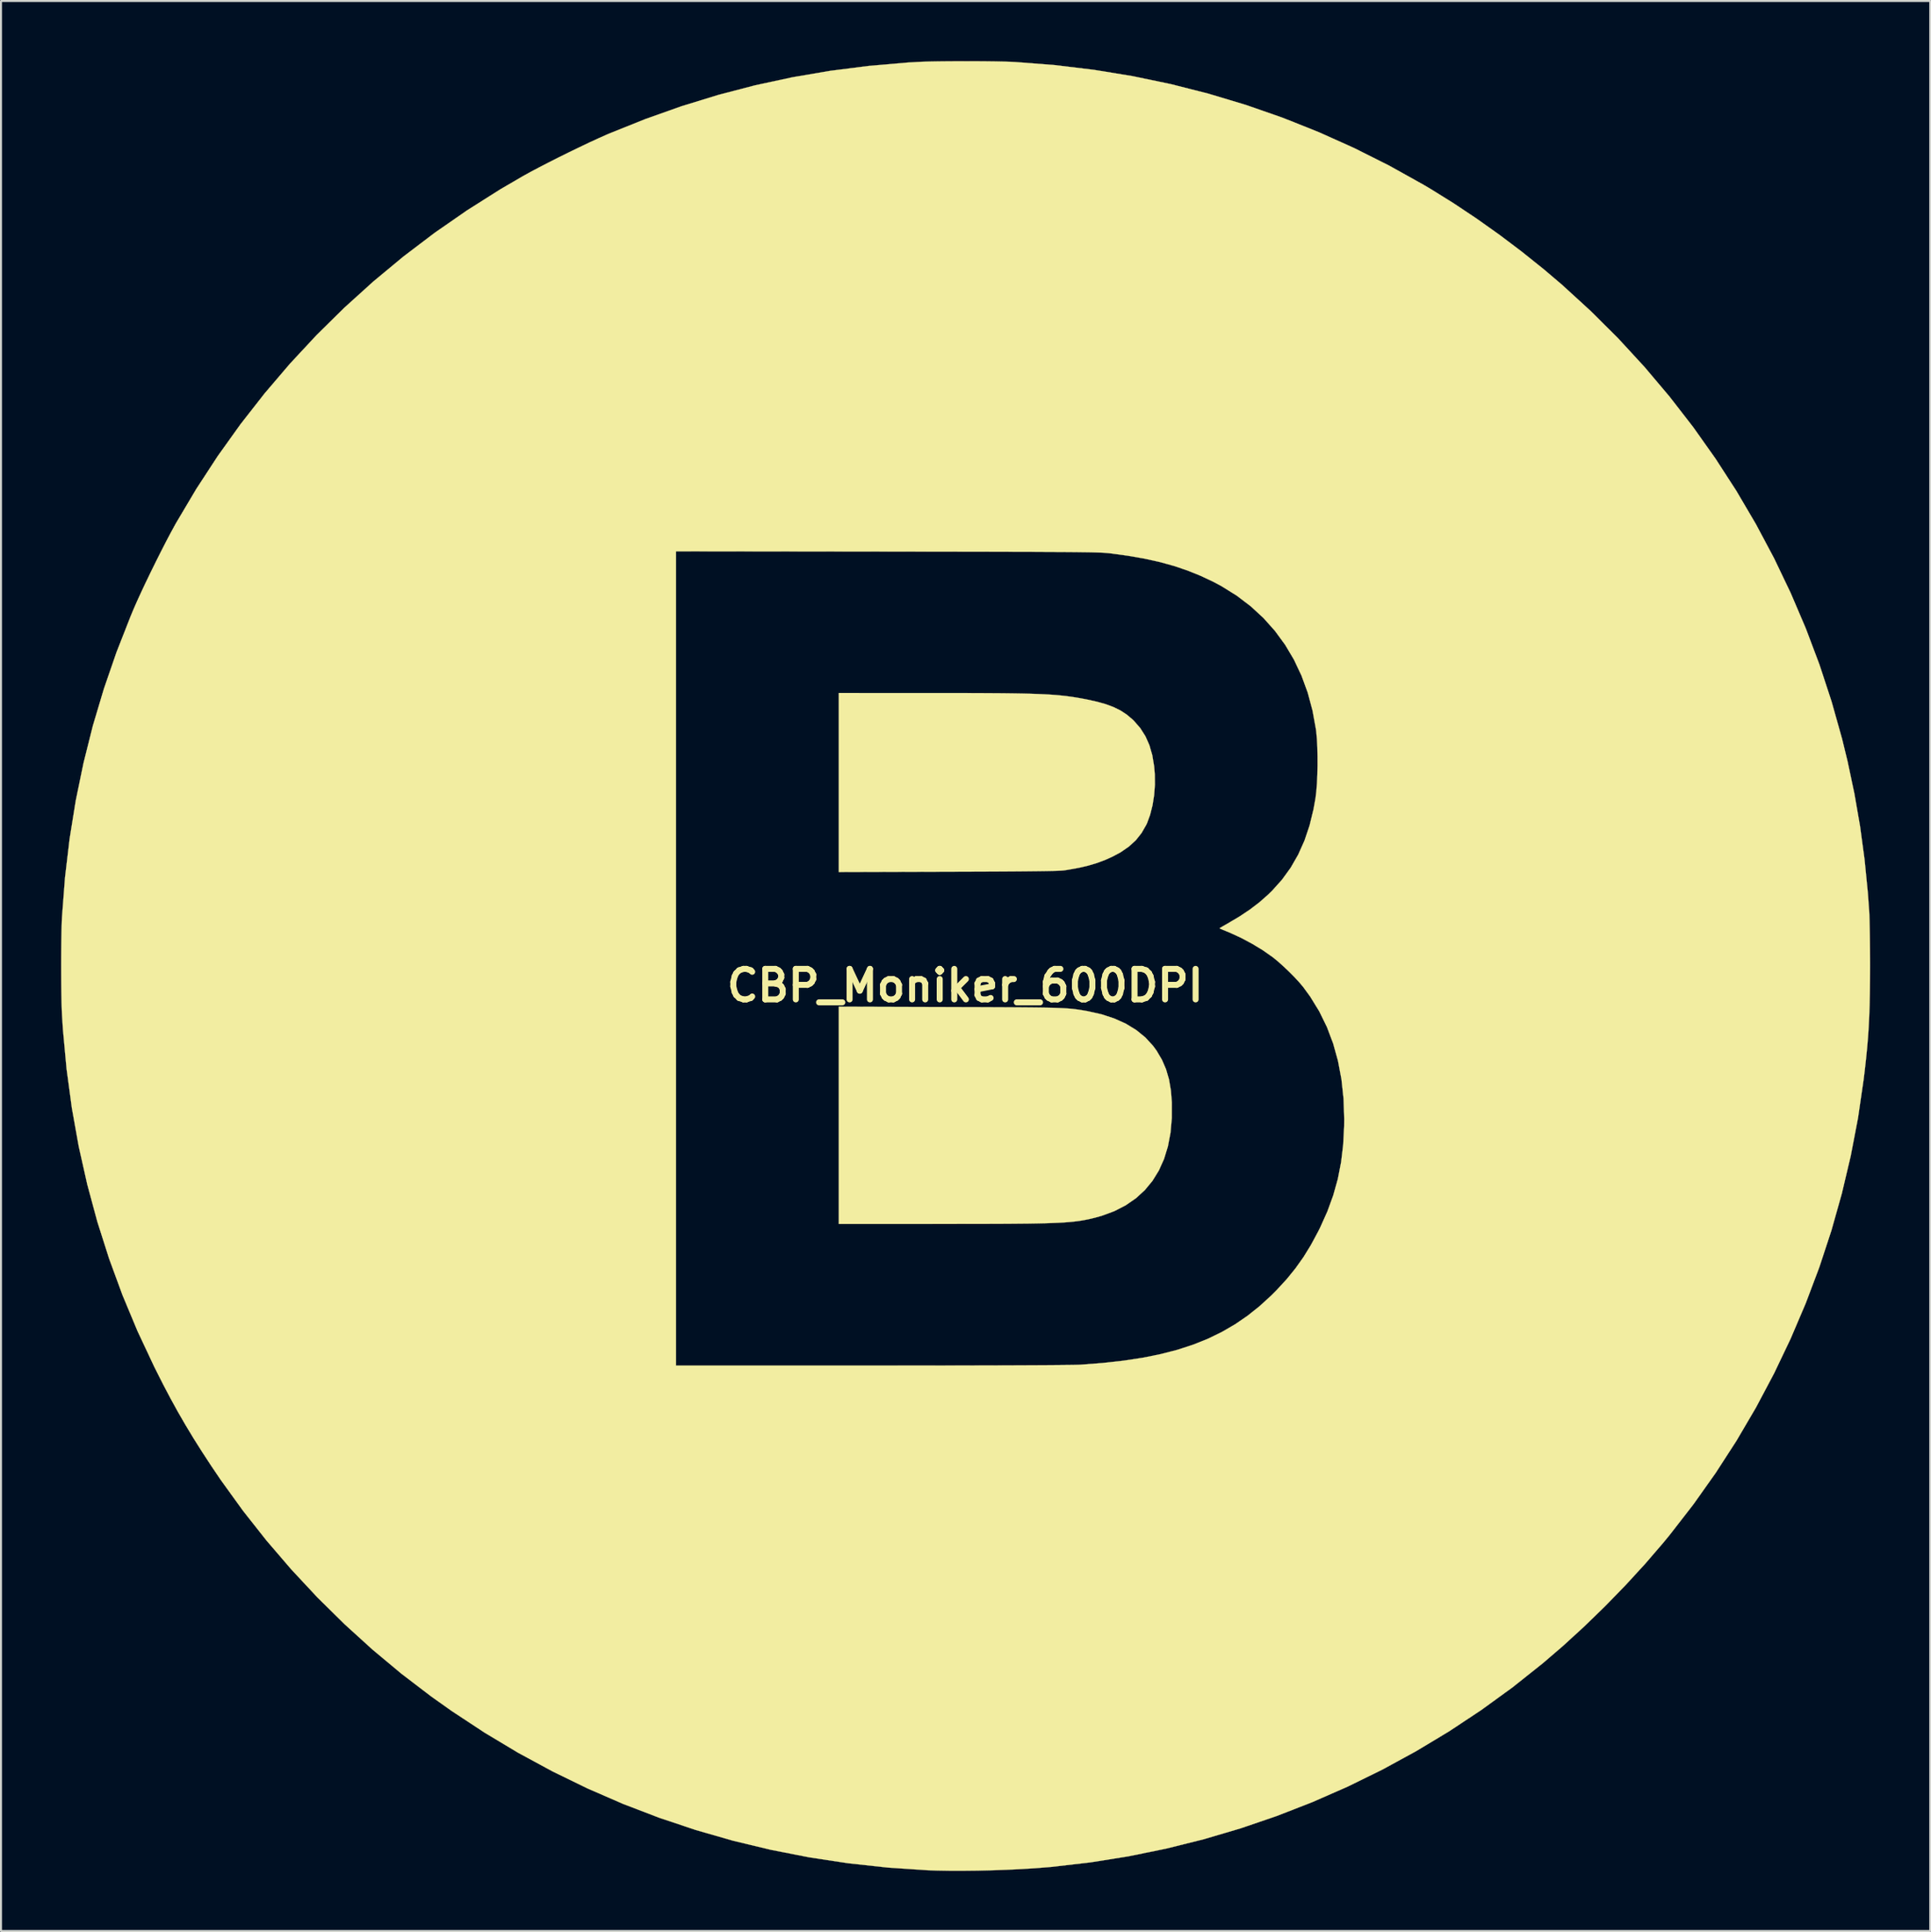
<source format=kicad_pcb>
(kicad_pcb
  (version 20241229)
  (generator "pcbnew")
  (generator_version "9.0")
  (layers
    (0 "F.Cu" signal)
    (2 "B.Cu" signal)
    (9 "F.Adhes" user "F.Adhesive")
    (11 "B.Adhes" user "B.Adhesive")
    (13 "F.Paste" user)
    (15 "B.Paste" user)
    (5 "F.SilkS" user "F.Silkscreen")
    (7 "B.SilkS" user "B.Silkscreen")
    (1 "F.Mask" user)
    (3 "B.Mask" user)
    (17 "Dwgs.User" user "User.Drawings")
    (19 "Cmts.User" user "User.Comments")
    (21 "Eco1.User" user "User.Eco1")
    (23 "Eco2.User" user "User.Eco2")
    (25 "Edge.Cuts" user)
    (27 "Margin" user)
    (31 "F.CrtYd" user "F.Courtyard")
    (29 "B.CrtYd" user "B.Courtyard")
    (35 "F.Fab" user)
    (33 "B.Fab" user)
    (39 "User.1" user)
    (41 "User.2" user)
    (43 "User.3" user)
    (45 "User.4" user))
  (footprint "CBP_Moniker_600DPI"
    (layer "F.Cu")
    (at 45.13 46.146)
    (property "Reference" "CBP_Moniker_600DPI" (at 0 0 0) (layer "F.SilkS") (effects (font (size 1.524 1.524) (thickness 0.3))))
    (attr through_hole)
    (fp_poly (pts (xy -1.662 -14.604) (xy -0.805 -14.604) (xy -0.027 -14.603) (xy 0.676 -14.601) (xy 1.311 -14.597) (xy 1.882 -14.593) (xy 2.395 -14.586) (xy 2.856 -14.578) (xy 3.269 -14.568) (xy 3.64 -14.555) (xy 3.974 -14.54) (xy 4.277 -14.523) (xy 4.553 -14.502) (xy 4.809 -14.478) (xy 5.049 -14.451) (xy 5.279 -14.42) (xy 5.504 -14.386) (xy 5.729 -14.347) (xy 5.96 -14.304) (xy 6.054 -14.286) (xy 6.577 -14.171) (xy 7.027 -14.044) (xy 7.416 -13.899) (xy 7.756 -13.73) (xy 8.059 -13.532) (xy 8.336 -13.3) (xy 8.428 -13.212) (xy 8.742 -12.85) (xy 8.997 -12.449) (xy 9.195 -12.004) (xy 9.339 -11.506) (xy 9.432 -10.949) (xy 9.466 -10.541) (xy 9.471 -10.026) (xy 9.432 -9.506) (xy 9.352 -9.001) (xy 9.234 -8.532) (xy 9.082 -8.117) (xy 9.039 -8.024) (xy 8.804 -7.616) (xy 8.519 -7.257) (xy 8.173 -6.94) (xy 7.76 -6.656) (xy 7.387 -6.454) (xy 6.987 -6.273) (xy 6.58 -6.12) (xy 6.147 -5.991) (xy 5.672 -5.88) (xy 5.136 -5.783) (xy 4.932 -5.751) (xy 4.849 -5.743) (xy 4.713 -5.735) (xy 4.521 -5.728) (xy 4.27 -5.722) (xy 3.959 -5.716) (xy 3.583 -5.711) (xy 3.141 -5.706) (xy 2.629 -5.701) (xy 2.046 -5.697) (xy 1.388 -5.693) (xy 0.653 -5.69) (xy -0.161 -5.687) (xy -0.857 -5.685) (xy -6.308 -5.669) (xy -6.308 -14.605) (xy -1.662 -14.604)) (stroke (width 0.01) (type solid)) (fill yes) (layer "F.SilkS"))
    (fp_poly (pts (xy -0.751 1.071) (xy 0.067 1.074) (xy 0.805 1.076) (xy 1.469 1.079) (xy 2.063 1.082) (xy 2.592 1.085) (xy 3.061 1.089) (xy 3.474 1.093) (xy 3.838 1.098) (xy 4.156 1.104) (xy 4.434 1.111) (xy 4.677 1.119) (xy 4.889 1.128) (xy 5.075 1.139) (xy 5.241 1.152) (xy 5.391 1.166) (xy 5.53 1.183) (xy 5.664 1.201) (xy 5.796 1.222) (xy 5.933 1.245) (xy 6.076 1.27) (xy 6.791 1.428) (xy 7.44 1.639) (xy 8.025 1.903) (xy 8.543 2.22) (xy 8.996 2.589) (xy 9.382 3.011) (xy 9.559 3.254) (xy 9.822 3.701) (xy 10.026 4.172) (xy 10.174 4.678) (xy 10.269 5.231) (xy 10.316 5.821) (xy 10.315 6.608) (xy 10.25 7.344) (xy 10.12 8.026) (xy 9.927 8.654) (xy 9.669 9.228) (xy 9.349 9.747) (xy 8.966 10.21) (xy 8.521 10.616) (xy 8.015 10.965) (xy 7.447 11.257) (xy 6.819 11.489) (xy 6.498 11.579) (xy 6.325 11.622) (xy 6.156 11.661) (xy 5.986 11.695) (xy 5.81 11.727) (xy 5.624 11.755) (xy 5.423 11.779) (xy 5.201 11.801) (xy 4.955 11.82) (xy 4.678 11.836) (xy 4.368 11.849) (xy 4.018 11.861) (xy 3.623 11.87) (xy 3.18 11.878) (xy 2.683 11.883) (xy 2.128 11.888) (xy 1.509 11.891) (xy 0.823 11.893) (xy 0.063 11.894) (xy -0.774 11.895) (xy -1.175 11.895) (xy -6.308 11.896) (xy -6.308 1.053) (xy -0.751 1.071)) (stroke (width 0.01) (type solid)) (fill yes) (layer "F.SilkS"))
    (fp_poly (pts (xy 0.58 -46.14) (xy 1.06 -46.136) (xy 1.511 -46.13) (xy 1.918 -46.121) (xy 2.266 -46.11) (xy 2.501 -46.099) (xy 4.473 -45.946) (xy 6.425 -45.711) (xy 8.356 -45.395) (xy 10.264 -44.998) (xy 12.147 -44.519) (xy 14.005 -43.961) (xy 15.837 -43.323) (xy 17.64 -42.605) (xy 19.415 -41.808) (xy 21.159 -40.933) (xy 22.871 -39.979) (xy 23.241 -39.76) (xy 24.372 -39.057) (xy 25.52 -38.292) (xy 26.667 -37.478) (xy 27.792 -36.629) (xy 28.877 -35.76) (xy 29.787 -34.987) (xy 31.224 -33.673) (xy 32.6 -32.303) (xy 33.912 -30.878) (xy 35.16 -29.401) (xy 36.342 -27.876) (xy 37.456 -26.303) (xy 38.502 -24.686) (xy 39.477 -23.026) (xy 40.381 -21.327) (xy 41.211 -19.591) (xy 41.967 -17.82) (xy 42.647 -16.016) (xy 43.249 -14.182) (xy 43.773 -12.32) (xy 44.047 -11.197) (xy 44.39 -9.574) (xy 44.672 -7.951) (xy 44.894 -6.31) (xy 45.06 -4.632) (xy 45.127 -3.705) (xy 45.136 -3.521) (xy 45.144 -3.264) (xy 45.151 -2.947) (xy 45.158 -2.582) (xy 45.163 -2.181) (xy 45.167 -1.757) (xy 45.169 -1.321) (xy 45.17 -0.995) (xy 45.167 -0.271) (xy 45.16 0.384) (xy 45.148 0.983) (xy 45.128 1.541) (xy 45.102 2.073) (xy 45.067 2.593) (xy 45.023 3.117) (xy 44.969 3.658) (xy 44.905 4.232) (xy 44.848 4.699) (xy 44.569 6.607) (xy 44.206 8.499) (xy 43.763 10.372) (xy 43.241 12.225) (xy 42.64 14.052) (xy 41.961 15.852) (xy 41.207 17.621) (xy 40.379 19.356) (xy 39.478 21.055) (xy 38.505 22.714) (xy 37.461 24.329) (xy 36.348 25.899) (xy 35.168 27.42) (xy 34.845 27.813) (xy 33.936 28.869) (xy 32.962 29.93) (xy 31.942 30.979) (xy 30.893 31.997) (xy 29.832 32.968) (xy 28.829 33.829) (xy 27.321 35.028) (xy 25.764 36.158) (xy 24.161 37.22) (xy 22.514 38.211) (xy 20.828 39.131) (xy 19.103 39.978) (xy 17.344 40.75) (xy 15.554 41.448) (xy 13.736 42.069) (xy 11.891 42.613) (xy 10.025 43.078) (xy 8.138 43.463) (xy 6.235 43.766) (xy 4.318 43.987) (xy 4.128 44.004) (xy 3.495 44.054) (xy 2.809 44.096) (xy 2.09 44.131) (xy 1.353 44.157) (xy 0.616 44.175) (xy -0.103 44.183) (xy -0.787 44.182) (xy -1.418 44.171) (xy -1.872 44.155) (xy -3.863 44.022) (xy -5.83 43.808) (xy -7.773 43.513) (xy -9.69 43.138) (xy -11.58 42.684) (xy -13.443 42.149) (xy -15.277 41.535) (xy -17.082 40.843) (xy -18.857 40.071) (xy -20.601 39.221) (xy -22.312 38.294) (xy -23.99 37.288) (xy -25.633 36.206) (xy -26.659 35.478) (xy -28.143 34.345) (xy -29.588 33.139) (xy -30.988 31.867) (xy -32.34 30.533) (xy -33.637 29.142) (xy -34.875 27.7) (xy -36.049 26.212) (xy -37.153 24.683) (xy -37.61 24.008) (xy -38.083 23.285) (xy -38.514 22.603) (xy -38.913 21.942) (xy -39.294 21.283) (xy -39.667 20.606) (xy -40.043 19.891) (xy -40.433 19.119) (xy -40.489 19.008) (xy -40.508 18.965) (xy -14.436 18.965) (xy -4.688 18.965) (xy -3.562 18.965) (xy -2.49 18.964) (xy -1.472 18.963) (xy -0.511 18.962) (xy 0.39 18.96) (xy 1.23 18.958) (xy 2.006 18.956) (xy 2.717 18.953) (xy 3.359 18.95) (xy 3.931 18.947) (xy 4.432 18.943) (xy 4.857 18.939) (xy 5.206 18.935) (xy 5.477 18.931) (xy 5.666 18.926) (xy 5.757 18.922) (xy 6.863 18.838) (xy 7.895 18.723) (xy 8.857 18.576) (xy 9.756 18.395) (xy 10.596 18.178) (xy 11.382 17.922) (xy 12.121 17.626) (xy 12.816 17.288) (xy 13.475 16.905) (xy 14.101 16.476) (xy 14.7 15.998) (xy 15.278 15.47) (xy 15.557 15.19) (xy 16.05 14.654) (xy 16.488 14.115) (xy 16.887 13.553) (xy 17.258 12.95) (xy 17.615 12.287) (xy 17.716 12.086) (xy 18.078 11.281) (xy 18.372 10.476) (xy 18.601 9.659) (xy 18.766 8.817) (xy 18.871 7.938) (xy 18.919 7.01) (xy 18.923 6.65) (xy 18.888 5.637) (xy 18.784 4.673) (xy 18.611 3.757) (xy 18.369 2.887) (xy 18.057 2.063) (xy 17.675 1.283) (xy 17.222 0.546) (xy 16.87 0.064) (xy 16.675 -0.167) (xy 16.432 -0.43) (xy 16.158 -0.705) (xy 15.873 -0.975) (xy 15.597 -1.221) (xy 15.347 -1.424) (xy 15.338 -1.43) (xy 14.864 -1.762) (xy 14.334 -2.084) (xy 13.777 -2.382) (xy 13.22 -2.639) (xy 13.049 -2.709) (xy 12.894 -2.771) (xy 12.775 -2.823) (xy 12.708 -2.854) (xy 12.7 -2.86) (xy 12.734 -2.885) (xy 12.828 -2.942) (xy 12.965 -3.021) (xy 13.092 -3.093) (xy 13.686 -3.445) (xy 14.212 -3.795) (xy 14.686 -4.157) (xy 15.122 -4.541) (xy 15.325 -4.739) (xy 15.82 -5.291) (xy 16.252 -5.889) (xy 16.624 -6.536) (xy 16.937 -7.236) (xy 17.192 -7.992) (xy 17.391 -8.808) (xy 17.491 -9.368) (xy 17.53 -9.697) (xy 17.561 -10.089) (xy 17.581 -10.526) (xy 17.591 -10.987) (xy 17.59 -11.451) (xy 17.58 -11.9) (xy 17.559 -12.312) (xy 17.527 -12.668) (xy 17.512 -12.785) (xy 17.341 -13.726) (xy 17.101 -14.62) (xy 16.792 -15.466) (xy 16.416 -16.264) (xy 15.973 -17.011) (xy 15.465 -17.705) (xy 14.892 -18.347) (xy 14.255 -18.934) (xy 13.556 -19.465) (xy 12.795 -19.939) (xy 12.404 -20.148) (xy 11.762 -20.451) (xy 11.108 -20.716) (xy 10.429 -20.946) (xy 9.713 -21.144) (xy 8.949 -21.313) (xy 8.126 -21.457) (xy 7.239 -21.577) (xy 7.169 -21.585) (xy 7.092 -21.592) (xy 7.006 -21.599) (xy 6.906 -21.605) (xy 6.79 -21.611) (xy 6.654 -21.616) (xy 6.495 -21.621) (xy 6.31 -21.626) (xy 6.096 -21.63) (xy 5.849 -21.633) (xy 5.566 -21.637) (xy 5.243 -21.64) (xy 4.879 -21.643) (xy 4.468 -21.645) (xy 4.008 -21.647) (xy 3.496 -21.65) (xy 2.929 -21.652) (xy 2.302 -21.653) (xy 1.614 -21.655) (xy 0.86 -21.657) (xy 0.038 -21.658) (xy -0.857 -21.66) (xy -1.826 -21.661) (xy -2.874 -21.662) (xy -3.905 -21.664) (xy -14.436 -21.677) (xy -14.436 18.965) (xy -40.508 18.965) (xy -41.317 17.241) (xy -42.065 15.449) (xy -42.732 13.632) (xy -43.319 11.79) (xy -43.824 9.922) (xy -44.249 8.03) (xy -44.592 6.112) (xy -44.855 4.169) (xy -45.037 2.201) (xy -45.083 1.485) (xy -45.096 1.196) (xy -45.107 0.836) (xy -45.115 0.421) (xy -45.121 -0.035) (xy -45.124 -0.519) (xy -45.125 -1.016) (xy -45.124 -1.512) (xy -45.12 -1.992) (xy -45.114 -2.442) (xy -45.106 -2.848) (xy -45.095 -3.195) (xy -45.084 -3.429) (xy -44.934 -5.393) (xy -44.705 -7.327) (xy -44.398 -9.233) (xy -44.01 -11.114) (xy -43.543 -12.974) (xy -42.993 -14.817) (xy -42.362 -16.646) (xy -41.648 -18.464) (xy -41.509 -18.796) (xy -41.338 -19.186) (xy -41.133 -19.634) (xy -40.903 -20.123) (xy -40.655 -20.637) (xy -40.398 -21.159) (xy -40.14 -21.673) (xy -39.889 -22.163) (xy -39.652 -22.612) (xy -39.438 -23.004) (xy -39.388 -23.093) (xy -38.381 -24.79) (xy -37.307 -26.436) (xy -36.168 -28.028) (xy -34.964 -29.567) (xy -33.699 -31.049) (xy -32.372 -32.475) (xy -30.985 -33.841) (xy -29.54 -35.148) (xy -28.039 -36.393) (xy -26.482 -37.575) (xy -24.871 -38.692) (xy -23.208 -39.744) (xy -22.077 -40.404) (xy -21.702 -40.611) (xy -21.265 -40.843) (xy -20.784 -41.091) (xy -20.275 -41.348) (xy -19.753 -41.606) (xy -19.236 -41.857) (xy -18.739 -42.093) (xy -18.28 -42.304) (xy -17.873 -42.485) (xy -17.78 -42.525) (xy -15.971 -43.251) (xy -14.155 -43.895) (xy -12.327 -44.457) (xy -10.484 -44.938) (xy -8.621 -45.339) (xy -6.733 -45.661) (xy -4.817 -45.905) (xy -2.869 -46.073) (xy -2.413 -46.1) (xy -2.125 -46.113) (xy -1.767 -46.124) (xy -1.352 -46.132) (xy -0.896 -46.137) (xy -0.413 -46.14) (xy 0.084 -46.141) (xy 0.58 -46.14)) (stroke (width 0.01) (type solid)) (fill yes) (layer "F.SilkS")))
  (gr_rect
    (start -3 -3)
    (end 93.305 93.335)
    (stroke (width 0.1) (type default))
    (fill no)
    (layer "Edge.Cuts")))
</source>
